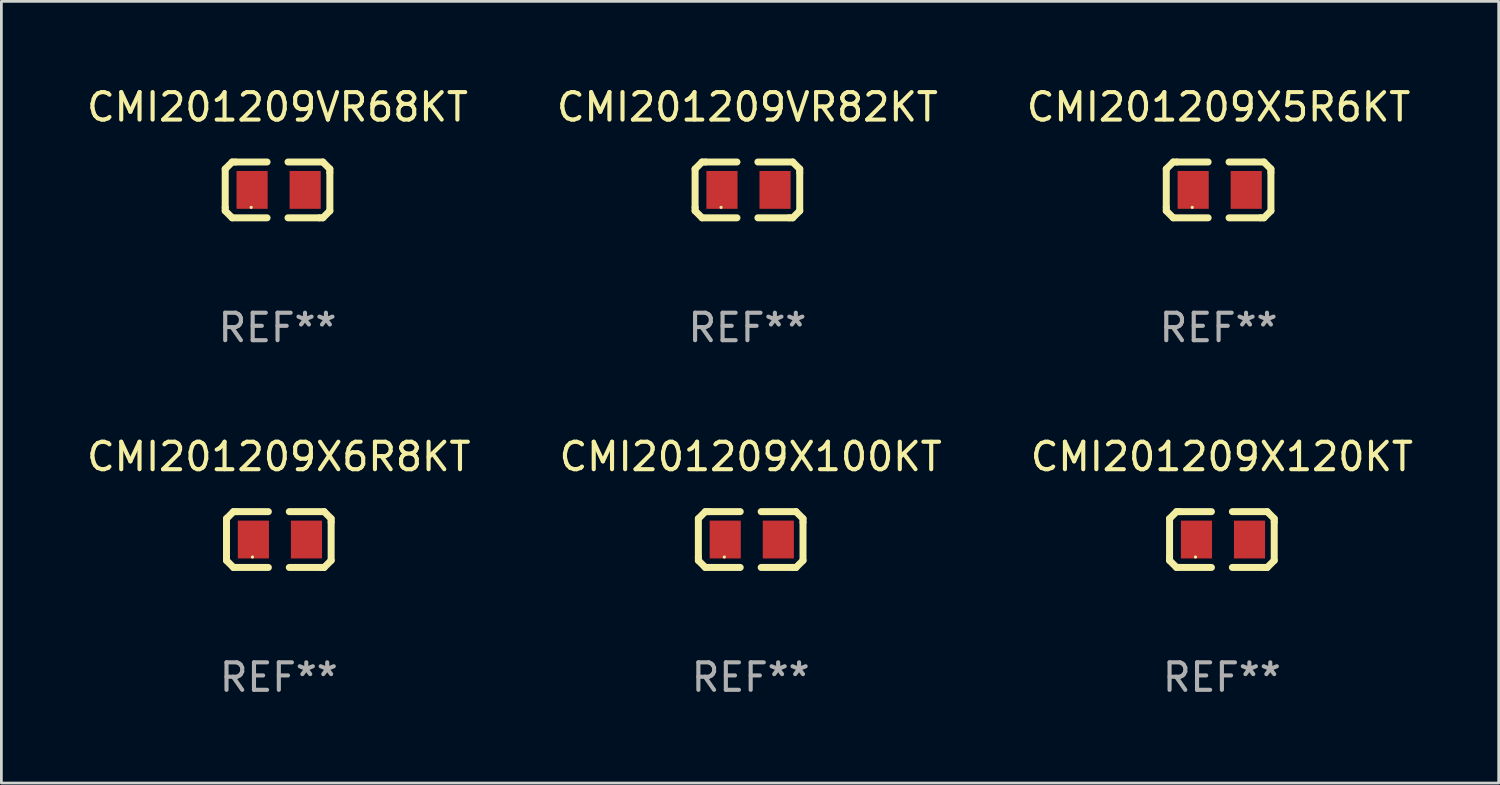
<source format=kicad_pcb>
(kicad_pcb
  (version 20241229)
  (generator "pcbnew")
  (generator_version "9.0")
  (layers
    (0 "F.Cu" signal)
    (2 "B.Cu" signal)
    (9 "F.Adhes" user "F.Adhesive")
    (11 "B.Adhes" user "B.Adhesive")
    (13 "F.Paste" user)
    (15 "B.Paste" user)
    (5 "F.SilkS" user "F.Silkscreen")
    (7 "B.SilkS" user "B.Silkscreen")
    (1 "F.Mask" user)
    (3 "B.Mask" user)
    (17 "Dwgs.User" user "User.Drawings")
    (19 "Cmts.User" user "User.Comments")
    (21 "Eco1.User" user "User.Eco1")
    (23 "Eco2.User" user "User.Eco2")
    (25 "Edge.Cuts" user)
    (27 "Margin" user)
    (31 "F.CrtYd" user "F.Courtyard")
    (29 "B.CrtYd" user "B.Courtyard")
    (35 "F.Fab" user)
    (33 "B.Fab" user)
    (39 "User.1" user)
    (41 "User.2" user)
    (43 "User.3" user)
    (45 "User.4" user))
  (footprint "CMI201209X6R8KT"
    (layer "F.Cu")
    (at 7.101 16.593)
    (property "Reference" "CMI201209X6R8KT" (at 0 -3.016 0) (layer "F.SilkS") (effects (font (size 1 1) (thickness 0.15))))
    (attr through_hole)
    (fp_line (start -1.905 -0.762) (end -1.905 0.635) (stroke (width 0.254) (type solid)) (layer "F.SilkS"))
    (fp_line (start -1.905 0.635) (end -1.905 0.762) (stroke (width 0.254) (type solid)) (layer "F.SilkS"))
    (fp_line (start -1.905 0.762) (end -1.651 1.016) (stroke (width 0.254) (type solid)) (layer "F.SilkS"))
    (fp_line (start -1.651 -1.016) (end -1.905 -0.762) (stroke (width 0.254) (type solid)) (layer "F.SilkS"))
    (fp_line (start -1.651 1.016) (end -0.381 1.016) (stroke (width 0.254) (type solid)) (layer "F.SilkS"))
    (fp_line (start -1.524 -1.016) (end -1.651 -1.016) (stroke (width 0.254) (type solid)) (layer "F.SilkS"))
    (fp_line (start -0.381 -1.016) (end -1.524 -1.016) (stroke (width 0.254) (type solid)) (layer "F.SilkS"))
    (fp_line (start 0.381 1.016) (end 1.524 1.016) (stroke (width 0.254) (type solid)) (layer "F.SilkS"))
    (fp_line (start 1.524 1.016) (end 1.651 1.016) (stroke (width 0.254) (type solid)) (layer "F.SilkS"))
    (fp_line (start 1.651 -1.016) (end 0.381 -1.016) (stroke (width 0.254) (type solid)) (layer "F.SilkS"))
    (fp_line (start 1.651 1.016) (end 1.905 0.762) (stroke (width 0.254) (type solid)) (layer "F.SilkS"))
    (fp_line (start 1.905 -0.762) (end 1.651 -1.016) (stroke (width 0.254) (type solid)) (layer "F.SilkS"))
    (fp_line (start 1.905 -0.635) (end 1.905 -0.762) (stroke (width 0.254) (type solid)) (layer "F.SilkS"))
    (fp_line (start 1.905 0.762) (end 1.905 -0.635) (stroke (width 0.254) (type solid)) (layer "F.SilkS"))
    (fp_circle (center -0.96 0.637) (end -0.93 0.637) (stroke (width 0.06) (type solid)) (fill no) (layer "F.SilkS"))
    (fp_text user "REF**" (at 0 5.016 0) (layer "F.Fab") (effects (font (size 1 1) (thickness 0.15))))
    (pad "1" smd rect (at -0.926 -0.000051) (size 1.133 1.377) (layers "F.Cu" "F.Mask" "F.Paste"))
    (pad "2" smd rect (at 1.006 -0.000051) (size 1.133 1.377) (layers "F.Cu" "F.Mask" "F.Paste")))
  (footprint "CMI201209X120KT"
    (layer "F.Cu")
    (at 41.435 16.593)
    (property "Reference" "CMI201209X120KT" (at 0 -3.016 0) (layer "F.SilkS") (effects (font (size 1 1) (thickness 0.15))))
    (attr through_hole)
    (fp_line (start -1.905 -0.762) (end -1.905 0.635) (stroke (width 0.254) (type solid)) (layer "F.SilkS"))
    (fp_line (start -1.905 0.635) (end -1.905 0.762) (stroke (width 0.254) (type solid)) (layer "F.SilkS"))
    (fp_line (start -1.905 0.762) (end -1.651 1.016) (stroke (width 0.254) (type solid)) (layer "F.SilkS"))
    (fp_line (start -1.651 -1.016) (end -1.905 -0.762) (stroke (width 0.254) (type solid)) (layer "F.SilkS"))
    (fp_line (start -1.651 1.016) (end -0.381 1.016) (stroke (width 0.254) (type solid)) (layer "F.SilkS"))
    (fp_line (start -1.524 -1.016) (end -1.651 -1.016) (stroke (width 0.254) (type solid)) (layer "F.SilkS"))
    (fp_line (start -0.381 -1.016) (end -1.524 -1.016) (stroke (width 0.254) (type solid)) (layer "F.SilkS"))
    (fp_line (start 0.381 1.016) (end 1.524 1.016) (stroke (width 0.254) (type solid)) (layer "F.SilkS"))
    (fp_line (start 1.524 1.016) (end 1.651 1.016) (stroke (width 0.254) (type solid)) (layer "F.SilkS"))
    (fp_line (start 1.651 -1.016) (end 0.381 -1.016) (stroke (width 0.254) (type solid)) (layer "F.SilkS"))
    (fp_line (start 1.651 1.016) (end 1.905 0.762) (stroke (width 0.254) (type solid)) (layer "F.SilkS"))
    (fp_line (start 1.905 -0.762) (end 1.651 -1.016) (stroke (width 0.254) (type solid)) (layer "F.SilkS"))
    (fp_line (start 1.905 -0.635) (end 1.905 -0.762) (stroke (width 0.254) (type solid)) (layer "F.SilkS"))
    (fp_line (start 1.905 0.762) (end 1.905 -0.635) (stroke (width 0.254) (type solid)) (layer "F.SilkS"))
    (fp_circle (center -0.96 0.637) (end -0.93 0.637) (stroke (width 0.06) (type solid)) (fill no) (layer "F.SilkS"))
    (fp_text user "REF**" (at 0 5.016 0) (layer "F.Fab") (effects (font (size 1 1) (thickness 0.15))))
    (pad "1" smd rect (at -0.926 -0.000051) (size 1.133 1.377) (layers "F.Cu" "F.Mask" "F.Paste"))
    (pad "2" smd rect (at 1.006 -0.000051) (size 1.133 1.377) (layers "F.Cu" "F.Mask" "F.Paste")))
  (footprint "CMI201209X100KT"
    (layer "F.Cu")
    (at 24.28 16.593)
    (property "Reference" "CMI201209X100KT" (at 0 -3.016 0) (layer "F.SilkS") (effects (font (size 1 1) (thickness 0.15))))
    (attr through_hole)
    (fp_line (start -1.905 -0.762) (end -1.905 0.635) (stroke (width 0.254) (type solid)) (layer "F.SilkS"))
    (fp_line (start -1.905 0.635) (end -1.905 0.762) (stroke (width 0.254) (type solid)) (layer "F.SilkS"))
    (fp_line (start -1.905 0.762) (end -1.651 1.016) (stroke (width 0.254) (type solid)) (layer "F.SilkS"))
    (fp_line (start -1.651 -1.016) (end -1.905 -0.762) (stroke (width 0.254) (type solid)) (layer "F.SilkS"))
    (fp_line (start -1.651 1.016) (end -0.381 1.016) (stroke (width 0.254) (type solid)) (layer "F.SilkS"))
    (fp_line (start -1.524 -1.016) (end -1.651 -1.016) (stroke (width 0.254) (type solid)) (layer "F.SilkS"))
    (fp_line (start -0.381 -1.016) (end -1.524 -1.016) (stroke (width 0.254) (type solid)) (layer "F.SilkS"))
    (fp_line (start 0.381 1.016) (end 1.524 1.016) (stroke (width 0.254) (type solid)) (layer "F.SilkS"))
    (fp_line (start 1.524 1.016) (end 1.651 1.016) (stroke (width 0.254) (type solid)) (layer "F.SilkS"))
    (fp_line (start 1.651 -1.016) (end 0.381 -1.016) (stroke (width 0.254) (type solid)) (layer "F.SilkS"))
    (fp_line (start 1.651 1.016) (end 1.905 0.762) (stroke (width 0.254) (type solid)) (layer "F.SilkS"))
    (fp_line (start 1.905 -0.762) (end 1.651 -1.016) (stroke (width 0.254) (type solid)) (layer "F.SilkS"))
    (fp_line (start 1.905 -0.635) (end 1.905 -0.762) (stroke (width 0.254) (type solid)) (layer "F.SilkS"))
    (fp_line (start 1.905 0.762) (end 1.905 -0.635) (stroke (width 0.254) (type solid)) (layer "F.SilkS"))
    (fp_circle (center -0.96 0.637) (end -0.93 0.637) (stroke (width 0.06) (type solid)) (fill no) (layer "F.SilkS"))
    (fp_text user "REF**" (at 0 5.016 0) (layer "F.Fab") (effects (font (size 1 1) (thickness 0.15))))
    (pad "1" smd rect (at -0.926 -0.000051) (size 1.133 1.377) (layers "F.Cu" "F.Mask" "F.Paste"))
    (pad "2" smd rect (at 1.006 -0.000051) (size 1.133 1.377) (layers "F.Cu" "F.Mask" "F.Paste")))
  (footprint "CMI201209X5R6KT"
    (layer "F.Cu")
    (at 41.315 3.864)
    (property "Reference" "CMI201209X5R6KT" (at 0 -3.016 0) (layer "F.SilkS") (effects (font (size 1 1) (thickness 0.15))))
    (attr through_hole)
    (fp_line (start -1.905 -0.762) (end -1.905 0.635) (stroke (width 0.254) (type solid)) (layer "F.SilkS"))
    (fp_line (start -1.905 0.635) (end -1.905 0.762) (stroke (width 0.254) (type solid)) (layer "F.SilkS"))
    (fp_line (start -1.905 0.762) (end -1.651 1.016) (stroke (width 0.254) (type solid)) (layer "F.SilkS"))
    (fp_line (start -1.651 -1.016) (end -1.905 -0.762) (stroke (width 0.254) (type solid)) (layer "F.SilkS"))
    (fp_line (start -1.651 1.016) (end -0.381 1.016) (stroke (width 0.254) (type solid)) (layer "F.SilkS"))
    (fp_line (start -1.524 -1.016) (end -1.651 -1.016) (stroke (width 0.254) (type solid)) (layer "F.SilkS"))
    (fp_line (start -0.381 -1.016) (end -1.524 -1.016) (stroke (width 0.254) (type solid)) (layer "F.SilkS"))
    (fp_line (start 0.381 1.016) (end 1.524 1.016) (stroke (width 0.254) (type solid)) (layer "F.SilkS"))
    (fp_line (start 1.524 1.016) (end 1.651 1.016) (stroke (width 0.254) (type solid)) (layer "F.SilkS"))
    (fp_line (start 1.651 -1.016) (end 0.381 -1.016) (stroke (width 0.254) (type solid)) (layer "F.SilkS"))
    (fp_line (start 1.651 1.016) (end 1.905 0.762) (stroke (width 0.254) (type solid)) (layer "F.SilkS"))
    (fp_line (start 1.905 -0.762) (end 1.651 -1.016) (stroke (width 0.254) (type solid)) (layer "F.SilkS"))
    (fp_line (start 1.905 -0.635) (end 1.905 -0.762) (stroke (width 0.254) (type solid)) (layer "F.SilkS"))
    (fp_line (start 1.905 0.762) (end 1.905 -0.635) (stroke (width 0.254) (type solid)) (layer "F.SilkS"))
    (fp_circle (center -0.96 0.637) (end -0.93 0.637) (stroke (width 0.06) (type solid)) (fill no) (layer "F.SilkS"))
    (fp_text user "REF**" (at 0 5.016 0) (layer "F.Fab") (effects (font (size 1 1) (thickness 0.15))))
    (pad "1" smd rect (at -0.926 -0.000051) (size 1.133 1.377) (layers "F.Cu" "F.Mask" "F.Paste"))
    (pad "2" smd rect (at 1.006 -0.000051) (size 1.133 1.377) (layers "F.Cu" "F.Mask" "F.Paste")))
  (footprint "CMI201209VR68KT"
    (layer "F.Cu")
    (at 7.054 3.864)
    (property "Reference" "CMI201209VR68KT" (at 0 -3.016 0) (layer "F.SilkS") (effects (font (size 1 1) (thickness 0.15))))
    (attr through_hole)
    (fp_line (start -1.905 -0.762) (end -1.905 0.635) (stroke (width 0.254) (type solid)) (layer "F.SilkS"))
    (fp_line (start -1.905 0.635) (end -1.905 0.762) (stroke (width 0.254) (type solid)) (layer "F.SilkS"))
    (fp_line (start -1.905 0.762) (end -1.651 1.016) (stroke (width 0.254) (type solid)) (layer "F.SilkS"))
    (fp_line (start -1.651 -1.016) (end -1.905 -0.762) (stroke (width 0.254) (type solid)) (layer "F.SilkS"))
    (fp_line (start -1.651 1.016) (end -0.381 1.016) (stroke (width 0.254) (type solid)) (layer "F.SilkS"))
    (fp_line (start -1.524 -1.016) (end -1.651 -1.016) (stroke (width 0.254) (type solid)) (layer "F.SilkS"))
    (fp_line (start -0.381 -1.016) (end -1.524 -1.016) (stroke (width 0.254) (type solid)) (layer "F.SilkS"))
    (fp_line (start 0.381 1.016) (end 1.524 1.016) (stroke (width 0.254) (type solid)) (layer "F.SilkS"))
    (fp_line (start 1.524 1.016) (end 1.651 1.016) (stroke (width 0.254) (type solid)) (layer "F.SilkS"))
    (fp_line (start 1.651 -1.016) (end 0.381 -1.016) (stroke (width 0.254) (type solid)) (layer "F.SilkS"))
    (fp_line (start 1.651 1.016) (end 1.905 0.762) (stroke (width 0.254) (type solid)) (layer "F.SilkS"))
    (fp_line (start 1.905 -0.762) (end 1.651 -1.016) (stroke (width 0.254) (type solid)) (layer "F.SilkS"))
    (fp_line (start 1.905 -0.635) (end 1.905 -0.762) (stroke (width 0.254) (type solid)) (layer "F.SilkS"))
    (fp_line (start 1.905 0.762) (end 1.905 -0.635) (stroke (width 0.254) (type solid)) (layer "F.SilkS"))
    (fp_circle (center -0.96 0.637) (end -0.93 0.637) (stroke (width 0.06) (type solid)) (fill no) (layer "F.SilkS"))
    (fp_text user "REF**" (at 0 5.016 0) (layer "F.Fab") (effects (font (size 1 1) (thickness 0.15))))
    (pad "1" smd rect (at -0.926 -0.000051) (size 1.133 1.377) (layers "F.Cu" "F.Mask" "F.Paste"))
    (pad "2" smd rect (at 1.006 -0.000051) (size 1.133 1.377) (layers "F.Cu" "F.Mask" "F.Paste")))
  (footprint "CMI201209VR82KT"
    (layer "F.Cu")
    (at 24.161 3.864)
    (property "Reference" "CMI201209VR82KT" (at 0 -3.016 0) (layer "F.SilkS") (effects (font (size 1 1) (thickness 0.15))))
    (attr through_hole)
    (fp_line (start -1.905 -0.762) (end -1.905 0.635) (stroke (width 0.254) (type solid)) (layer "F.SilkS"))
    (fp_line (start -1.905 0.635) (end -1.905 0.762) (stroke (width 0.254) (type solid)) (layer "F.SilkS"))
    (fp_line (start -1.905 0.762) (end -1.651 1.016) (stroke (width 0.254) (type solid)) (layer "F.SilkS"))
    (fp_line (start -1.651 -1.016) (end -1.905 -0.762) (stroke (width 0.254) (type solid)) (layer "F.SilkS"))
    (fp_line (start -1.651 1.016) (end -0.381 1.016) (stroke (width 0.254) (type solid)) (layer "F.SilkS"))
    (fp_line (start -1.524 -1.016) (end -1.651 -1.016) (stroke (width 0.254) (type solid)) (layer "F.SilkS"))
    (fp_line (start -0.381 -1.016) (end -1.524 -1.016) (stroke (width 0.254) (type solid)) (layer "F.SilkS"))
    (fp_line (start 0.381 1.016) (end 1.524 1.016) (stroke (width 0.254) (type solid)) (layer "F.SilkS"))
    (fp_line (start 1.524 1.016) (end 1.651 1.016) (stroke (width 0.254) (type solid)) (layer "F.SilkS"))
    (fp_line (start 1.651 -1.016) (end 0.381 -1.016) (stroke (width 0.254) (type solid)) (layer "F.SilkS"))
    (fp_line (start 1.651 1.016) (end 1.905 0.762) (stroke (width 0.254) (type solid)) (layer "F.SilkS"))
    (fp_line (start 1.905 -0.762) (end 1.651 -1.016) (stroke (width 0.254) (type solid)) (layer "F.SilkS"))
    (fp_line (start 1.905 -0.635) (end 1.905 -0.762) (stroke (width 0.254) (type solid)) (layer "F.SilkS"))
    (fp_line (start 1.905 0.762) (end 1.905 -0.635) (stroke (width 0.254) (type solid)) (layer "F.SilkS"))
    (fp_circle (center -0.96 0.637) (end -0.93 0.637) (stroke (width 0.06) (type solid)) (fill no) (layer "F.SilkS"))
    (fp_text user "REF**" (at 0 5.016 0) (layer "F.Fab") (effects (font (size 1 1) (thickness 0.15))))
    (pad "1" smd rect (at -0.926 -0.000051) (size 1.133 1.377) (layers "F.Cu" "F.Mask" "F.Paste"))
    (pad "2" smd rect (at 1.006 -0.000051) (size 1.133 1.377) (layers "F.Cu" "F.Mask" "F.Paste")))
  (gr_rect
    (start -3 -3)
    (end 51.512 25.457)
    (stroke (width 0.1) (type default))
    (fill no)
    (layer "Edge.Cuts")))
</source>
